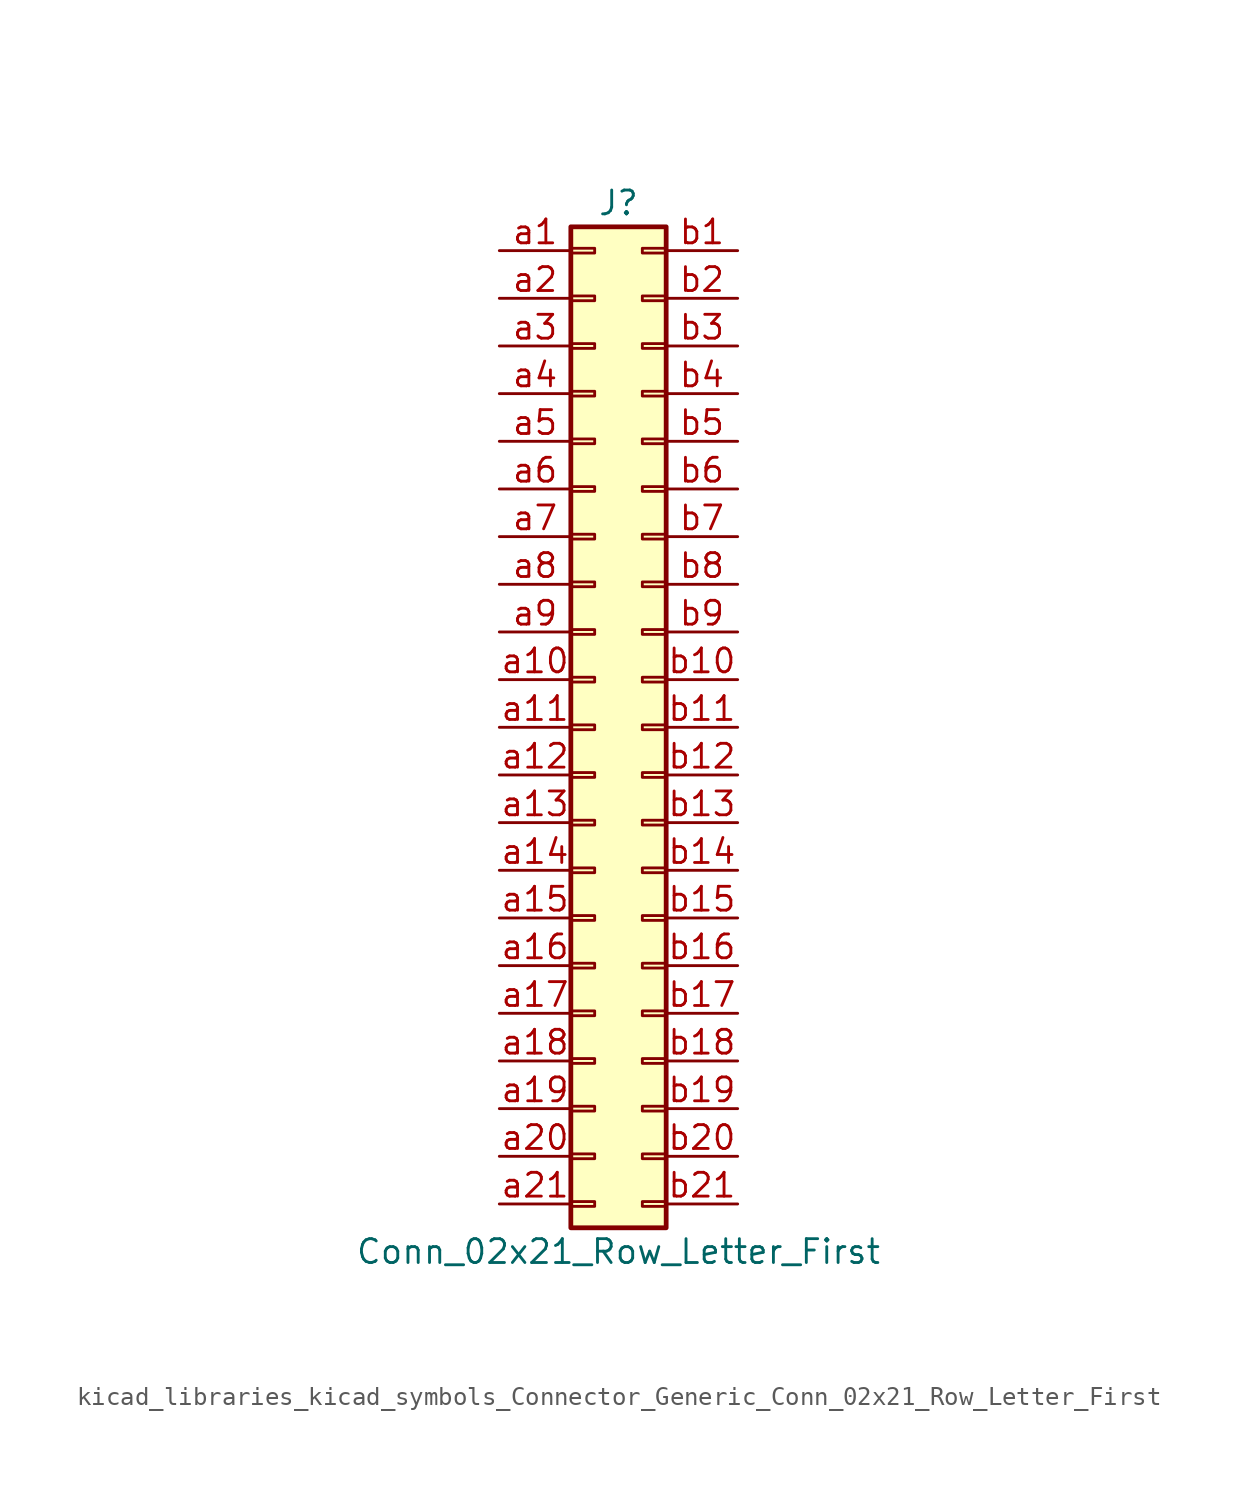
<source format=kicad_sym>
(kicad_symbol_lib
  (version 20220914)
  (generator kicad_symbol_editor)
  (symbol "kicad_libraries_kicad_symbols_Connector_Generic_Conn_02x21_Row_Letter_First"
    (pin_names
      (offset 1.016) hide)
    (property "Reference" "J"
      (at 1.27 27.94 0)
      (effects (font (size 1.27 1.27))))
    (property "Value" "Conn_02x21_Row_Letter_First"
      (at 1.27 -27.94 0)
      (effects (font (size 1.27 1.27))))
    (symbol "kicad_libraries_kicad_symbols_Connector_Generic_Conn_02x21_Row_Letter_First_1_1"
      (rectangle (start -1.27 -25.273) (end 0 -25.527) (stroke (width 0.152) (type default)) (fill (type none)))
      (rectangle (start -1.27 -22.733) (end 0 -22.987) (stroke (width 0.152) (type default)) (fill (type none)))
      (rectangle (start -1.27 -20.193) (end 0 -20.447) (stroke (width 0.152) (type default)) (fill (type none)))
      (rectangle (start -1.27 -17.653) (end 0 -17.907) (stroke (width 0.152) (type default)) (fill (type none)))
      (rectangle (start -1.27 -15.113) (end 0 -15.367) (stroke (width 0.152) (type default)) (fill (type none)))
      (rectangle (start -1.27 -12.573) (end 0 -12.827) (stroke (width 0.152) (type default)) (fill (type none)))
      (rectangle (start -1.27 -10.033) (end 0 -10.287) (stroke (width 0.152) (type default)) (fill (type none)))
      (rectangle (start -1.27 -7.493) (end 0 -7.747) (stroke (width 0.152) (type default)) (fill (type none)))
      (rectangle (start -1.27 -4.953) (end 0 -5.207) (stroke (width 0.152) (type default)) (fill (type none)))
      (rectangle (start -1.27 -2.413) (end 0 -2.667) (stroke (width 0.152) (type default)) (fill (type none)))
      (rectangle (start -1.27 0.127) (end 0 -0.127) (stroke (width 0.152) (type default)) (fill (type none)))
      (rectangle (start -1.27 2.667) (end 0 2.413) (stroke (width 0.152) (type default)) (fill (type none)))
      (rectangle (start -1.27 5.207) (end 0 4.953) (stroke (width 0.152) (type default)) (fill (type none)))
      (rectangle (start -1.27 7.747) (end 0 7.493) (stroke (width 0.152) (type default)) (fill (type none)))
      (rectangle (start -1.27 10.287) (end 0 10.033) (stroke (width 0.152) (type default)) (fill (type none)))
      (rectangle (start -1.27 12.827) (end 0 12.573) (stroke (width 0.152) (type default)) (fill (type none)))
      (rectangle (start -1.27 15.367) (end 0 15.113) (stroke (width 0.152) (type default)) (fill (type none)))
      (rectangle (start -1.27 17.907) (end 0 17.653) (stroke (width 0.152) (type default)) (fill (type none)))
      (rectangle (start -1.27 20.447) (end 0 20.193) (stroke (width 0.152) (type default)) (fill (type none)))
      (rectangle (start -1.27 22.987) (end 0 22.733) (stroke (width 0.152) (type default)) (fill (type none)))
      (rectangle (start -1.27 25.527) (end 0 25.273) (stroke (width 0.152) (type default)) (fill (type none)))
      (rectangle (start -1.27 26.67) (end 3.81 -26.67) (stroke (width 0.254) (type default)) (fill (type background)))
      (rectangle (start 3.81 -25.273) (end 2.54 -25.527) (stroke (width 0.152) (type default)) (fill (type none)))
      (rectangle (start 3.81 -22.733) (end 2.54 -22.987) (stroke (width 0.152) (type default)) (fill (type none)))
      (rectangle (start 3.81 -20.193) (end 2.54 -20.447) (stroke (width 0.152) (type default)) (fill (type none)))
      (rectangle (start 3.81 -17.653) (end 2.54 -17.907) (stroke (width 0.152) (type default)) (fill (type none)))
      (rectangle (start 3.81 -15.113) (end 2.54 -15.367) (stroke (width 0.152) (type default)) (fill (type none)))
      (rectangle (start 3.81 -12.573) (end 2.54 -12.827) (stroke (width 0.152) (type default)) (fill (type none)))
      (rectangle (start 3.81 -10.033) (end 2.54 -10.287) (stroke (width 0.152) (type default)) (fill (type none)))
      (rectangle (start 3.81 -7.493) (end 2.54 -7.747) (stroke (width 0.152) (type default)) (fill (type none)))
      (rectangle (start 3.81 -4.953) (end 2.54 -5.207) (stroke (width 0.152) (type default)) (fill (type none)))
      (rectangle (start 3.81 -2.413) (end 2.54 -2.667) (stroke (width 0.152) (type default)) (fill (type none)))
      (rectangle (start 3.81 0.127) (end 2.54 -0.127) (stroke (width 0.152) (type default)) (fill (type none)))
      (rectangle (start 3.81 2.667) (end 2.54 2.413) (stroke (width 0.152) (type default)) (fill (type none)))
      (rectangle (start 3.81 5.207) (end 2.54 4.953) (stroke (width 0.152) (type default)) (fill (type none)))
      (rectangle (start 3.81 7.747) (end 2.54 7.493) (stroke (width 0.152) (type default)) (fill (type none)))
      (rectangle (start 3.81 10.287) (end 2.54 10.033) (stroke (width 0.152) (type default)) (fill (type none)))
      (rectangle (start 3.81 12.827) (end 2.54 12.573) (stroke (width 0.152) (type default)) (fill (type none)))
      (rectangle (start 3.81 15.367) (end 2.54 15.113) (stroke (width 0.152) (type default)) (fill (type none)))
      (rectangle (start 3.81 17.907) (end 2.54 17.653) (stroke (width 0.152) (type default)) (fill (type none)))
      (rectangle (start 3.81 20.447) (end 2.54 20.193) (stroke (width 0.152) (type default)) (fill (type none)))
      (rectangle (start 3.81 22.987) (end 2.54 22.733) (stroke (width 0.152) (type default)) (fill (type none)))
      (rectangle (start 3.81 25.527) (end 2.54 25.273) (stroke (width 0.152) (type default)) (fill (type none)))
      (pin passive line (at -5.08 25.4 0) (length 3.81) (name "Pin_a1" (effects (font (size 1.27 1.27)))) (number "a1" (effects (font (size 1.27 1.27)))))
      (pin passive line (at -5.08 2.54 0) (length 3.81) (name "Pin_a10" (effects (font (size 1.27 1.27)))) (number "a10" (effects (font (size 1.27 1.27)))))
      (pin passive line (at -5.08 0 0) (length 3.81) (name "Pin_a11" (effects (font (size 1.27 1.27)))) (number "a11" (effects (font (size 1.27 1.27)))))
      (pin passive line (at -5.08 -2.54 0) (length 3.81) (name "Pin_a12" (effects (font (size 1.27 1.27)))) (number "a12" (effects (font (size 1.27 1.27)))))
      (pin passive line (at -5.08 -5.08 0) (length 3.81) (name "Pin_a13" (effects (font (size 1.27 1.27)))) (number "a13" (effects (font (size 1.27 1.27)))))
      (pin passive line (at -5.08 -7.62 0) (length 3.81) (name "Pin_a14" (effects (font (size 1.27 1.27)))) (number "a14" (effects (font (size 1.27 1.27)))))
      (pin passive line (at -5.08 -10.16 0) (length 3.81) (name "Pin_a15" (effects (font (size 1.27 1.27)))) (number "a15" (effects (font (size 1.27 1.27)))))
      (pin passive line (at -5.08 -12.7 0) (length 3.81) (name "Pin_a16" (effects (font (size 1.27 1.27)))) (number "a16" (effects (font (size 1.27 1.27)))))
      (pin passive line (at -5.08 -15.24 0) (length 3.81) (name "Pin_a17" (effects (font (size 1.27 1.27)))) (number "a17" (effects (font (size 1.27 1.27)))))
      (pin passive line (at -5.08 -17.78 0) (length 3.81) (name "Pin_a18" (effects (font (size 1.27 1.27)))) (number "a18" (effects (font (size 1.27 1.27)))))
      (pin passive line (at -5.08 -20.32 0) (length 3.81) (name "Pin_a19" (effects (font (size 1.27 1.27)))) (number "a19" (effects (font (size 1.27 1.27)))))
      (pin passive line (at -5.08 22.86 0) (length 3.81) (name "Pin_a2" (effects (font (size 1.27 1.27)))) (number "a2" (effects (font (size 1.27 1.27)))))
      (pin passive line (at -5.08 -22.86 0) (length 3.81) (name "Pin_a20" (effects (font (size 1.27 1.27)))) (number "a20" (effects (font (size 1.27 1.27)))))
      (pin passive line (at -5.08 -25.4 0) (length 3.81) (name "Pin_a21" (effects (font (size 1.27 1.27)))) (number "a21" (effects (font (size 1.27 1.27)))))
      (pin passive line (at -5.08 20.32 0) (length 3.81) (name "Pin_a3" (effects (font (size 1.27 1.27)))) (number "a3" (effects (font (size 1.27 1.27)))))
      (pin passive line (at -5.08 17.78 0) (length 3.81) (name "Pin_a4" (effects (font (size 1.27 1.27)))) (number "a4" (effects (font (size 1.27 1.27)))))
      (pin passive line (at -5.08 15.24 0) (length 3.81) (name "Pin_a5" (effects (font (size 1.27 1.27)))) (number "a5" (effects (font (size 1.27 1.27)))))
      (pin passive line (at -5.08 12.7 0) (length 3.81) (name "Pin_a6" (effects (font (size 1.27 1.27)))) (number "a6" (effects (font (size 1.27 1.27)))))
      (pin passive line (at -5.08 10.16 0) (length 3.81) (name "Pin_a7" (effects (font (size 1.27 1.27)))) (number "a7" (effects (font (size 1.27 1.27)))))
      (pin passive line (at -5.08 7.62 0) (length 3.81) (name "Pin_a8" (effects (font (size 1.27 1.27)))) (number "a8" (effects (font (size 1.27 1.27)))))
      (pin passive line (at -5.08 5.08 0) (length 3.81) (name "Pin_a9" (effects (font (size 1.27 1.27)))) (number "a9" (effects (font (size 1.27 1.27)))))
      (pin passive line (at 7.62 25.4 180) (length 3.81) (name "Pin_b1" (effects (font (size 1.27 1.27)))) (number "b1" (effects (font (size 1.27 1.27)))))
      (pin passive line (at 7.62 2.54 180) (length 3.81) (name "Pin_b10" (effects (font (size 1.27 1.27)))) (number "b10" (effects (font (size 1.27 1.27)))))
      (pin passive line (at 7.62 0 180) (length 3.81) (name "Pin_b11" (effects (font (size 1.27 1.27)))) (number "b11" (effects (font (size 1.27 1.27)))))
      (pin passive line (at 7.62 -2.54 180) (length 3.81) (name "Pin_b12" (effects (font (size 1.27 1.27)))) (number "b12" (effects (font (size 1.27 1.27)))))
      (pin passive line (at 7.62 -5.08 180) (length 3.81) (name "Pin_b13" (effects (font (size 1.27 1.27)))) (number "b13" (effects (font (size 1.27 1.27)))))
      (pin passive line (at 7.62 -7.62 180) (length 3.81) (name "Pin_b14" (effects (font (size 1.27 1.27)))) (number "b14" (effects (font (size 1.27 1.27)))))
      (pin passive line (at 7.62 -10.16 180) (length 3.81) (name "Pin_b15" (effects (font (size 1.27 1.27)))) (number "b15" (effects (font (size 1.27 1.27)))))
      (pin passive line (at 7.62 -12.7 180) (length 3.81) (name "Pin_b16" (effects (font (size 1.27 1.27)))) (number "b16" (effects (font (size 1.27 1.27)))))
      (pin passive line (at 7.62 -15.24 180) (length 3.81) (name "Pin_b17" (effects (font (size 1.27 1.27)))) (number "b17" (effects (font (size 1.27 1.27)))))
      (pin passive line (at 7.62 -17.78 180) (length 3.81) (name "Pin_b18" (effects (font (size 1.27 1.27)))) (number "b18" (effects (font (size 1.27 1.27)))))
      (pin passive line (at 7.62 -20.32 180) (length 3.81) (name "Pin_b19" (effects (font (size 1.27 1.27)))) (number "b19" (effects (font (size 1.27 1.27)))))
      (pin passive line (at 7.62 22.86 180) (length 3.81) (name "Pin_b2" (effects (font (size 1.27 1.27)))) (number "b2" (effects (font (size 1.27 1.27)))))
      (pin passive line (at 7.62 -22.86 180) (length 3.81) (name "Pin_b20" (effects (font (size 1.27 1.27)))) (number "b20" (effects (font (size 1.27 1.27)))))
      (pin passive line (at 7.62 -25.4 180) (length 3.81) (name "Pin_b21" (effects (font (size 1.27 1.27)))) (number "b21" (effects (font (size 1.27 1.27)))))
      (pin passive line (at 7.62 20.32 180) (length 3.81) (name "Pin_b3" (effects (font (size 1.27 1.27)))) (number "b3" (effects (font (size 1.27 1.27)))))
      (pin passive line (at 7.62 17.78 180) (length 3.81) (name "Pin_b4" (effects (font (size 1.27 1.27)))) (number "b4" (effects (font (size 1.27 1.27)))))
      (pin passive line (at 7.62 15.24 180) (length 3.81) (name "Pin_b5" (effects (font (size 1.27 1.27)))) (number "b5" (effects (font (size 1.27 1.27)))))
      (pin passive line (at 7.62 12.7 180) (length 3.81) (name "Pin_b6" (effects (font (size 1.27 1.27)))) (number "b6" (effects (font (size 1.27 1.27)))))
      (pin passive line (at 7.62 10.16 180) (length 3.81) (name "Pin_b7" (effects (font (size 1.27 1.27)))) (number "b7" (effects (font (size 1.27 1.27)))))
      (pin passive line (at 7.62 7.62 180) (length 3.81) (name "Pin_b8" (effects (font (size 1.27 1.27)))) (number "b8" (effects (font (size 1.27 1.27)))))
      (pin passive line (at 7.62 5.08 180) (length 3.81) (name "Pin_b9" (effects (font (size 1.27 1.27)))) (number "b9" (effects (font (size 1.27 1.27))))))))
</source>
